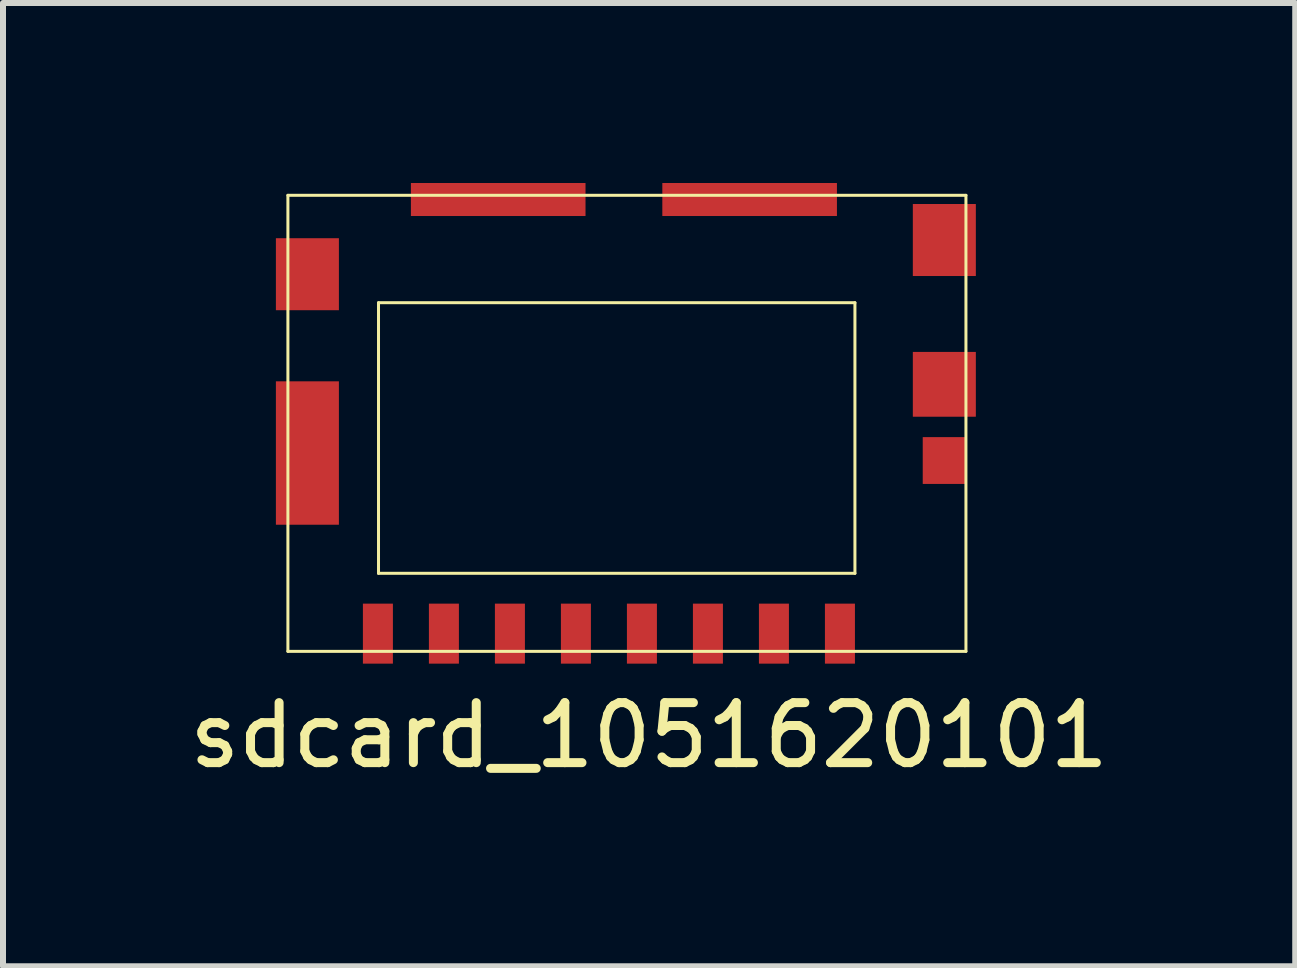
<source format=kicad_pcb>
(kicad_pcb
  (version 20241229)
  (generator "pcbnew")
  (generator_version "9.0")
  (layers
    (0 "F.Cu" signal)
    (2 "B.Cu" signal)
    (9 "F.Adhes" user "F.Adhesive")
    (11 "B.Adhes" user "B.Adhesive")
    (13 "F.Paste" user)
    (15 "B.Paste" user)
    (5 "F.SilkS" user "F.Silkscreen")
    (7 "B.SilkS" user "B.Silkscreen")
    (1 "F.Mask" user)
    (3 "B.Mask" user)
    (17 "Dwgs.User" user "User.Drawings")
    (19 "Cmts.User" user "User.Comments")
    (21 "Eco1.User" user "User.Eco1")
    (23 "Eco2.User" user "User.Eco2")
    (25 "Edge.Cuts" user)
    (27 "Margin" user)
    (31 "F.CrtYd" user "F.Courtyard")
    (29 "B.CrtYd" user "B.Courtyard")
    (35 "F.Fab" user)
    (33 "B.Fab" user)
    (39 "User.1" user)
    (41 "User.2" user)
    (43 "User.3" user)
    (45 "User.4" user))
  (footprint "sdcard_1051620101"
    (layer "F.Cu")
    (at 1.748 7.805)
    (property "Reference" "sdcard_1051620101" (at 6.02 1.4 0) (layer "F.SilkS") (effects (font (size 1 1) (thickness 0.15))))
    (attr through_hole)
    (fp_line (start 0 -7.6) (end 11.3 -7.6) (stroke (width 0.05) (type solid)) (layer "F.SilkS"))
    (fp_line (start 0 0) (end 0 -7.6) (stroke (width 0.05) (type solid)) (layer "F.SilkS"))
    (fp_line (start 0 0) (end 11.3 0) (stroke (width 0.05) (type solid)) (layer "F.SilkS"))
    (fp_line (start 1.51 -5.81) (end 1.51 -1.3) (stroke (width 0.05) (type solid)) (layer "F.SilkS"))
    (fp_line (start 1.51 -1.3) (end 9.45 -1.3) (stroke (width 0.05) (type solid)) (layer "F.SilkS"))
    (fp_line (start 9.45 -5.81) (end 1.51 -5.81) (stroke (width 0.05) (type solid)) (layer "F.SilkS"))
    (fp_line (start 9.45 -1.3) (end 9.45 -5.81) (stroke (width 0.05) (type solid)) (layer "F.SilkS"))
    (fp_line (start 11.3 0) (end 11.3 -7.6) (stroke (width 0.05) (type solid)) (layer "F.SilkS"))
    (pad "G" smd rect (at 0.325 -6.285) (size 1.05 1.2) (layers "F.Cu" "F.Mask" "F.Paste"))
    (pad "G" smd rect (at 0.325 -3.305) (size 1.05 2.39) (layers "F.Cu" "F.Mask" "F.Paste"))
    (pad "G" smd rect (at 10.94 -6.855) (size 1.05 1.2) (layers "F.Cu" "F.Mask" "F.Paste"))
    (pad "G" smd rect (at 10.94 -4.45) (size 1.05 1.08) (layers "F.Cu" "F.Mask" "F.Paste"))
    (pad "P1" smd rect (at 9.2 -0.295) (size 0.5 1) (layers "F.Cu" "F.Mask" "F.Paste"))
    (pad "P2" smd rect (at 8.1 -0.295) (size 0.5 1) (layers "F.Cu" "F.Mask" "F.Paste"))
    (pad "P3" smd rect (at 7 -0.295) (size 0.5 1) (layers "F.Cu" "F.Mask" "F.Paste"))
    (pad "P4" smd rect (at 5.9 -0.295) (size 0.5 1) (layers "F.Cu" "F.Mask" "F.Paste"))
    (pad "P5" smd rect (at 4.8 -0.295) (size 0.5 1) (layers "F.Cu" "F.Mask" "F.Paste"))
    (pad "P6" smd rect (at 3.7 -0.295) (size 0.5 1) (layers "F.Cu" "F.Mask" "F.Paste"))
    (pad "P7" smd rect (at 2.6 -0.295) (size 0.5 1) (layers "F.Cu" "F.Mask" "F.Paste"))
    (pad "P8" smd rect (at 1.5 -0.295) (size 0.5 1) (layers "F.Cu" "F.Mask" "F.Paste"))
    (pad "P9" smd rect (at 10.94 -3.18) (size 0.72 0.78) (layers "F.Cu" "F.Mask" "F.Paste"))
    (pad "~" smd rect (at 3.505 -7.53) (size 2.91 0.55) (layers "F.Cu" "F.Mask" "F.Paste"))
    (pad "~" smd rect (at 7.695 -7.53) (size 2.91 0.55) (layers "F.Cu" "F.Mask" "F.Paste")))
  (gr_rect
    (start -3 -3)
    (end 18.536 13.053)
    (stroke (width 0.1) (type default))
    (fill no)
    (layer "Edge.Cuts")))
</source>
